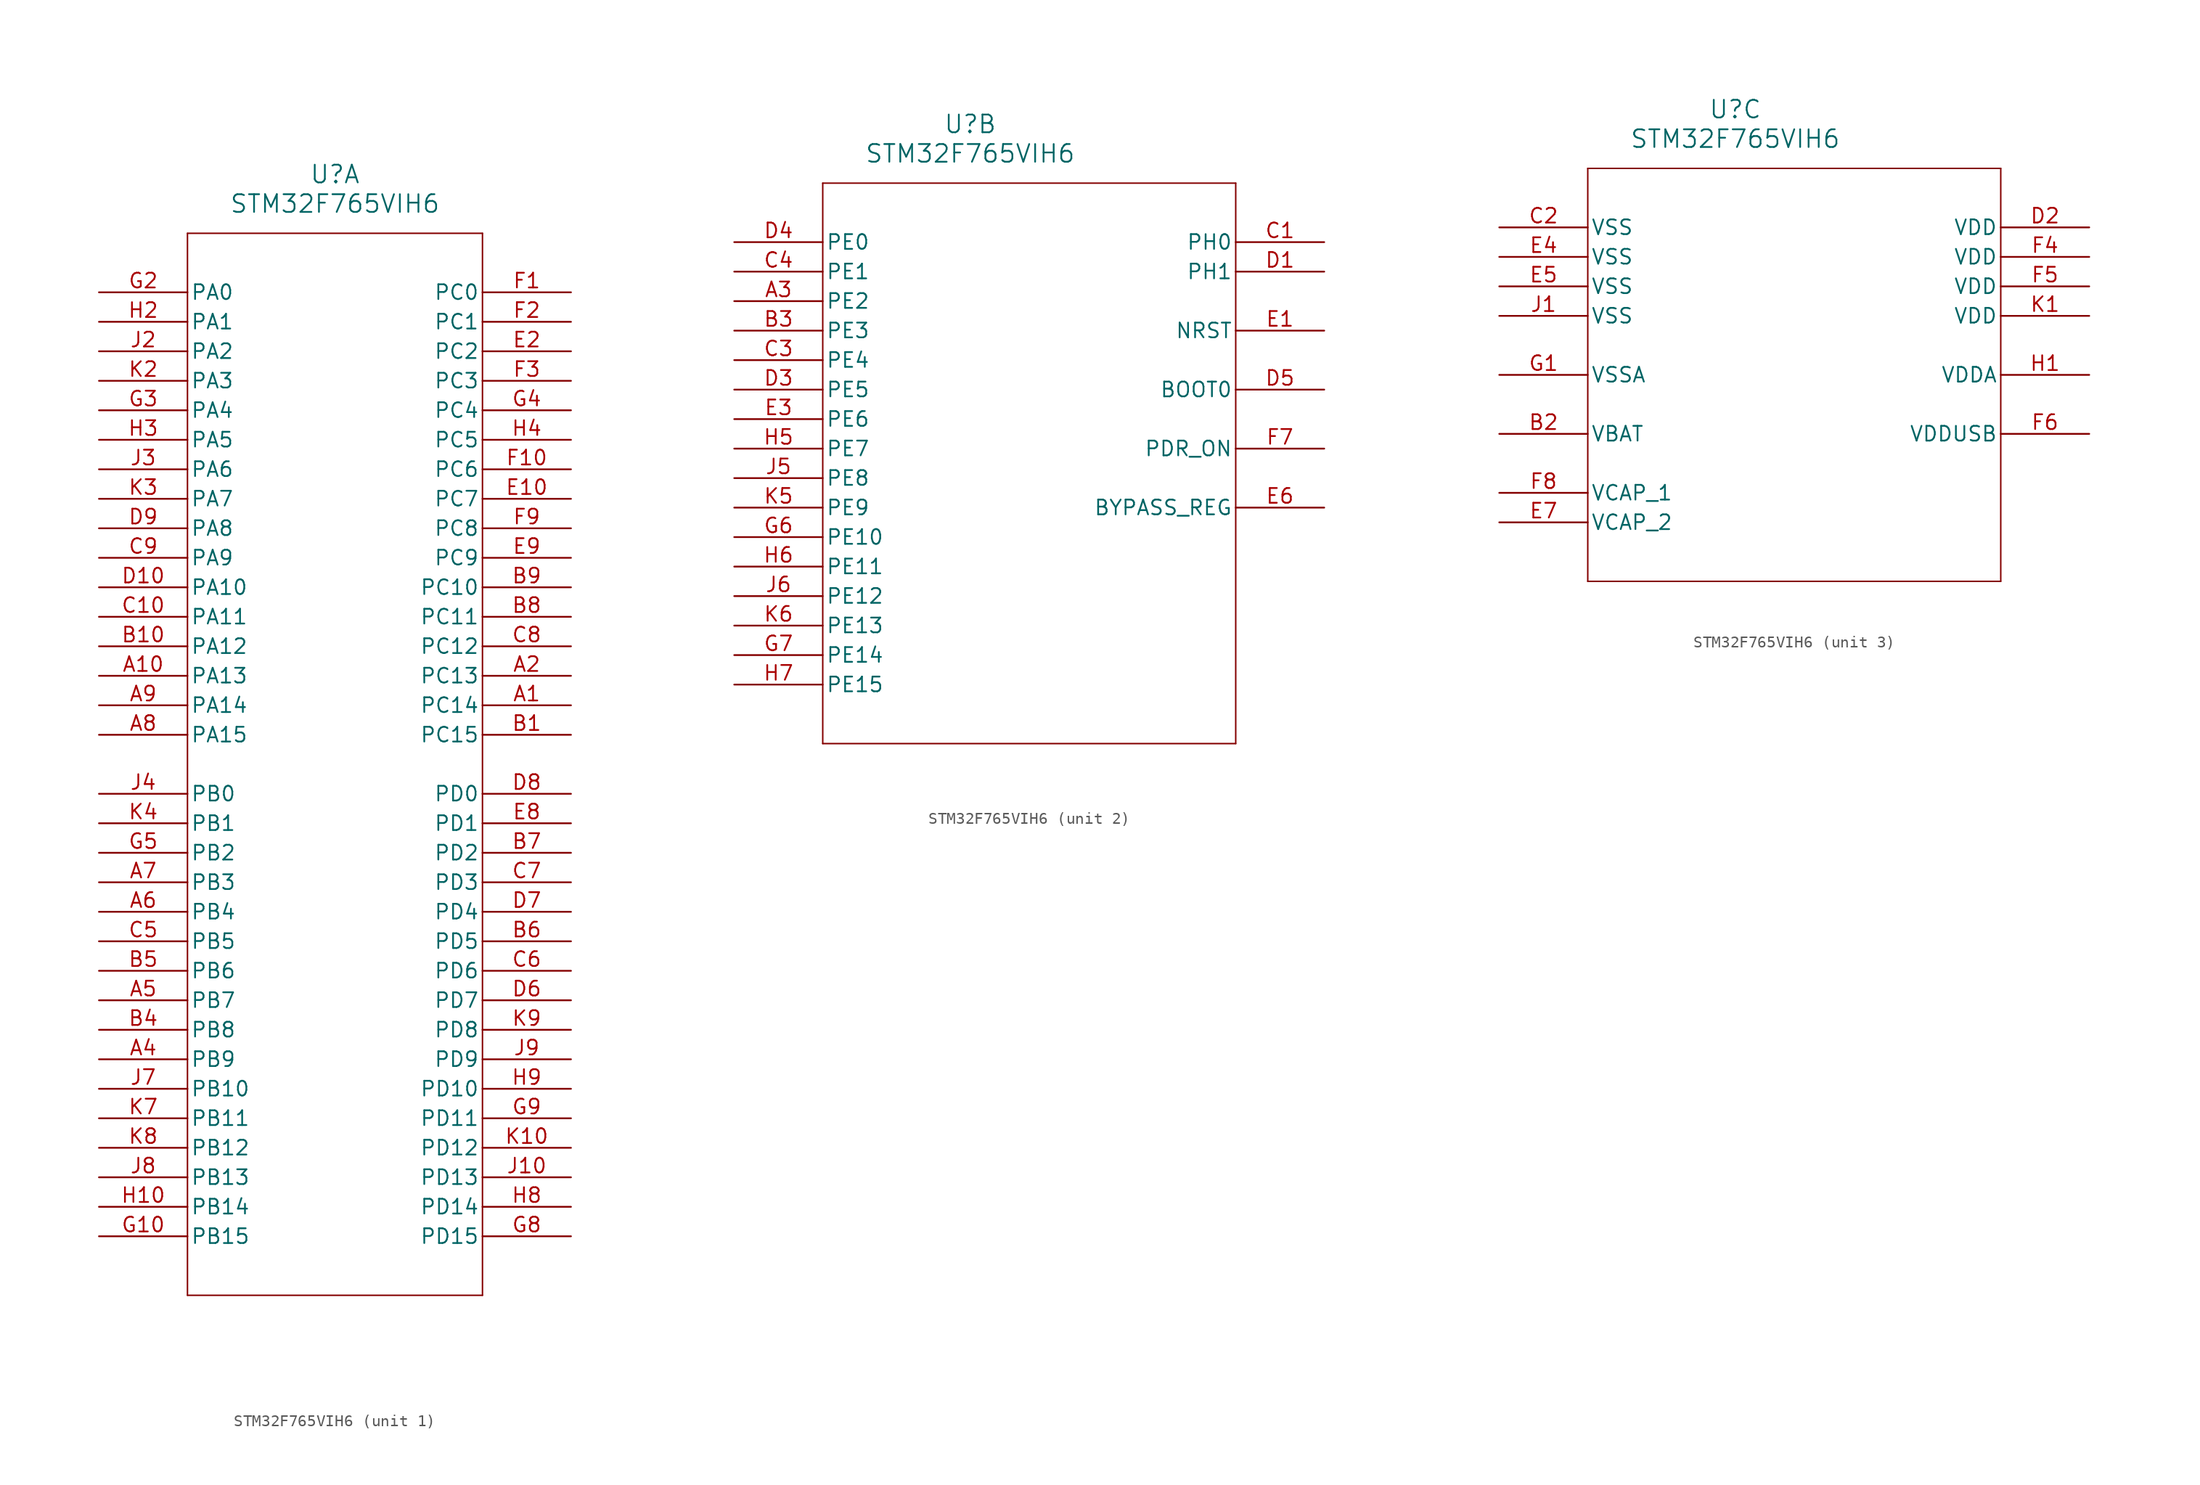
<source format=kicad_sym>
(kicad_symbol_lib
  (version 20211014)
  (generator kicad_symbol_editor)
  (symbol "STM32F765VIH6"
    (pin_names
      (offset 0.254))
    (property "Reference" "U"
      (at 20.32 10.16 0)
      (effects (font (size 1.524 1.524))))
    (property "Value" "STM32F765VIH6"
      (at 20.32 7.62 0)
      (effects (font (size 1.524 1.524))))
    (property "ki_locked" ""
      (at 0 0 0)
      (effects (font (size 1.27 1.27))))
    (symbol "STM32F765VIH6_1_1"
      (polyline (pts (xy 7.62 -86.36) (xy 33.02 -86.36)) (stroke (width 0.127) (type default) (color 0 0 0 0)) (fill (type none)))
      (polyline (pts (xy 7.62 5.08) (xy 7.62 -86.36)) (stroke (width 0.127) (type default) (color 0 0 0 0)) (fill (type none)))
      (polyline (pts (xy 33.02 -86.36) (xy 33.02 5.08)) (stroke (width 0.127) (type default) (color 0 0 0 0)) (fill (type none)))
      (polyline (pts (xy 33.02 5.08) (xy 7.62 5.08)) (stroke (width 0.127) (type default) (color 0 0 0 0)) (fill (type none)))
      (pin bidirectional line (at 40.64 -35.56 180) (length 7.62) (name "PC14" (effects (font (size 1.27 1.27)))) (number "A1" (effects (font (size 1.27 1.27)))))
      (pin bidirectional line (at 0 -33.02 0) (length 7.62) (name "PA13" (effects (font (size 1.27 1.27)))) (number "A10" (effects (font (size 1.27 1.27)))))
      (pin bidirectional line (at 40.64 -33.02 180) (length 7.62) (name "PC13" (effects (font (size 1.27 1.27)))) (number "A2" (effects (font (size 1.27 1.27)))))
      (pin bidirectional line (at 0 -66.04 0) (length 7.62) (name "PB9" (effects (font (size 1.27 1.27)))) (number "A4" (effects (font (size 1.27 1.27)))))
      (pin bidirectional line (at 0 -60.96 0) (length 7.62) (name "PB7" (effects (font (size 1.27 1.27)))) (number "A5" (effects (font (size 1.27 1.27)))))
      (pin bidirectional line (at 0 -53.34 0) (length 7.62) (name "PB4" (effects (font (size 1.27 1.27)))) (number "A6" (effects (font (size 1.27 1.27)))))
      (pin bidirectional line (at 0 -50.8 0) (length 7.62) (name "PB3" (effects (font (size 1.27 1.27)))) (number "A7" (effects (font (size 1.27 1.27)))))
      (pin bidirectional line (at 0 -38.1 0) (length 7.62) (name "PA15" (effects (font (size 1.27 1.27)))) (number "A8" (effects (font (size 1.27 1.27)))))
      (pin bidirectional line (at 0 -35.56 0) (length 7.62) (name "PA14" (effects (font (size 1.27 1.27)))) (number "A9" (effects (font (size 1.27 1.27)))))
      (pin bidirectional line (at 40.64 -38.1 180) (length 7.62) (name "PC15" (effects (font (size 1.27 1.27)))) (number "B1" (effects (font (size 1.27 1.27)))))
      (pin bidirectional line (at 0 -30.48 0) (length 7.62) (name "PA12" (effects (font (size 1.27 1.27)))) (number "B10" (effects (font (size 1.27 1.27)))))
      (pin bidirectional line (at 0 -63.5 0) (length 7.62) (name "PB8" (effects (font (size 1.27 1.27)))) (number "B4" (effects (font (size 1.27 1.27)))))
      (pin bidirectional line (at 0 -58.42 0) (length 7.62) (name "PB6" (effects (font (size 1.27 1.27)))) (number "B5" (effects (font (size 1.27 1.27)))))
      (pin bidirectional line (at 40.64 -55.88 180) (length 7.62) (name "PD5" (effects (font (size 1.27 1.27)))) (number "B6" (effects (font (size 1.27 1.27)))))
      (pin bidirectional line (at 40.64 -48.26 180) (length 7.62) (name "PD2" (effects (font (size 1.27 1.27)))) (number "B7" (effects (font (size 1.27 1.27)))))
      (pin bidirectional line (at 40.64 -27.94 180) (length 7.62) (name "PC11" (effects (font (size 1.27 1.27)))) (number "B8" (effects (font (size 1.27 1.27)))))
      (pin bidirectional line (at 40.64 -25.4 180) (length 7.62) (name "PC10" (effects (font (size 1.27 1.27)))) (number "B9" (effects (font (size 1.27 1.27)))))
      (pin bidirectional line (at 0 -27.94 0) (length 7.62) (name "PA11" (effects (font (size 1.27 1.27)))) (number "C10" (effects (font (size 1.27 1.27)))))
      (pin bidirectional line (at 0 -55.88 0) (length 7.62) (name "PB5" (effects (font (size 1.27 1.27)))) (number "C5" (effects (font (size 1.27 1.27)))))
      (pin bidirectional line (at 40.64 -58.42 180) (length 7.62) (name "PD6" (effects (font (size 1.27 1.27)))) (number "C6" (effects (font (size 1.27 1.27)))))
      (pin bidirectional line (at 40.64 -50.8 180) (length 7.62) (name "PD3" (effects (font (size 1.27 1.27)))) (number "C7" (effects (font (size 1.27 1.27)))))
      (pin bidirectional line (at 40.64 -30.48 180) (length 7.62) (name "PC12" (effects (font (size 1.27 1.27)))) (number "C8" (effects (font (size 1.27 1.27)))))
      (pin bidirectional line (at 0 -22.86 0) (length 7.62) (name "PA9" (effects (font (size 1.27 1.27)))) (number "C9" (effects (font (size 1.27 1.27)))))
      (pin bidirectional line (at 0 -25.4 0) (length 7.62) (name "PA10" (effects (font (size 1.27 1.27)))) (number "D10" (effects (font (size 1.27 1.27)))))
      (pin bidirectional line (at 40.64 -60.96 180) (length 7.62) (name "PD7" (effects (font (size 1.27 1.27)))) (number "D6" (effects (font (size 1.27 1.27)))))
      (pin bidirectional line (at 40.64 -53.34 180) (length 7.62) (name "PD4" (effects (font (size 1.27 1.27)))) (number "D7" (effects (font (size 1.27 1.27)))))
      (pin bidirectional line (at 40.64 -43.18 180) (length 7.62) (name "PD0" (effects (font (size 1.27 1.27)))) (number "D8" (effects (font (size 1.27 1.27)))))
      (pin bidirectional line (at 0 -20.32 0) (length 7.62) (name "PA8" (effects (font (size 1.27 1.27)))) (number "D9" (effects (font (size 1.27 1.27)))))
      (pin bidirectional line (at 40.64 -17.78 180) (length 7.62) (name "PC7" (effects (font (size 1.27 1.27)))) (number "E10" (effects (font (size 1.27 1.27)))))
      (pin bidirectional line (at 40.64 -5.08 180) (length 7.62) (name "PC2" (effects (font (size 1.27 1.27)))) (number "E2" (effects (font (size 1.27 1.27)))))
      (pin bidirectional line (at 40.64 -45.72 180) (length 7.62) (name "PD1" (effects (font (size 1.27 1.27)))) (number "E8" (effects (font (size 1.27 1.27)))))
      (pin bidirectional line (at 40.64 -22.86 180) (length 7.62) (name "PC9" (effects (font (size 1.27 1.27)))) (number "E9" (effects (font (size 1.27 1.27)))))
      (pin bidirectional line (at 40.64 0 180) (length 7.62) (name "PC0" (effects (font (size 1.27 1.27)))) (number "F1" (effects (font (size 1.27 1.27)))))
      (pin bidirectional line (at 40.64 -15.24 180) (length 7.62) (name "PC6" (effects (font (size 1.27 1.27)))) (number "F10" (effects (font (size 1.27 1.27)))))
      (pin bidirectional line (at 40.64 -2.54 180) (length 7.62) (name "PC1" (effects (font (size 1.27 1.27)))) (number "F2" (effects (font (size 1.27 1.27)))))
      (pin bidirectional line (at 40.64 -7.62 180) (length 7.62) (name "PC3" (effects (font (size 1.27 1.27)))) (number "F3" (effects (font (size 1.27 1.27)))))
      (pin bidirectional line (at 40.64 -20.32 180) (length 7.62) (name "PC8" (effects (font (size 1.27 1.27)))) (number "F9" (effects (font (size 1.27 1.27)))))
      (pin bidirectional line (at 0 -81.28 0) (length 7.62) (name "PB15" (effects (font (size 1.27 1.27)))) (number "G10" (effects (font (size 1.27 1.27)))))
      (pin bidirectional line (at 0 0 0) (length 7.62) (name "PA0" (effects (font (size 1.27 1.27)))) (number "G2" (effects (font (size 1.27 1.27)))))
      (pin bidirectional line (at 0 -10.16 0) (length 7.62) (name "PA4" (effects (font (size 1.27 1.27)))) (number "G3" (effects (font (size 1.27 1.27)))))
      (pin bidirectional line (at 40.64 -10.16 180) (length 7.62) (name "PC4" (effects (font (size 1.27 1.27)))) (number "G4" (effects (font (size 1.27 1.27)))))
      (pin bidirectional line (at 0 -48.26 0) (length 7.62) (name "PB2" (effects (font (size 1.27 1.27)))) (number "G5" (effects (font (size 1.27 1.27)))))
      (pin bidirectional line (at 40.64 -81.28 180) (length 7.62) (name "PD15" (effects (font (size 1.27 1.27)))) (number "G8" (effects (font (size 1.27 1.27)))))
      (pin bidirectional line (at 40.64 -71.12 180) (length 7.62) (name "PD11" (effects (font (size 1.27 1.27)))) (number "G9" (effects (font (size 1.27 1.27)))))
      (pin bidirectional line (at 0 -78.74 0) (length 7.62) (name "PB14" (effects (font (size 1.27 1.27)))) (number "H10" (effects (font (size 1.27 1.27)))))
      (pin bidirectional line (at 0 -2.54 0) (length 7.62) (name "PA1" (effects (font (size 1.27 1.27)))) (number "H2" (effects (font (size 1.27 1.27)))))
      (pin bidirectional line (at 0 -12.7 0) (length 7.62) (name "PA5" (effects (font (size 1.27 1.27)))) (number "H3" (effects (font (size 1.27 1.27)))))
      (pin bidirectional line (at 40.64 -12.7 180) (length 7.62) (name "PC5" (effects (font (size 1.27 1.27)))) (number "H4" (effects (font (size 1.27 1.27)))))
      (pin bidirectional line (at 40.64 -78.74 180) (length 7.62) (name "PD14" (effects (font (size 1.27 1.27)))) (number "H8" (effects (font (size 1.27 1.27)))))
      (pin bidirectional line (at 40.64 -68.58 180) (length 7.62) (name "PD10" (effects (font (size 1.27 1.27)))) (number "H9" (effects (font (size 1.27 1.27)))))
      (pin bidirectional line (at 40.64 -76.2 180) (length 7.62) (name "PD13" (effects (font (size 1.27 1.27)))) (number "J10" (effects (font (size 1.27 1.27)))))
      (pin bidirectional line (at 0 -5.08 0) (length 7.62) (name "PA2" (effects (font (size 1.27 1.27)))) (number "J2" (effects (font (size 1.27 1.27)))))
      (pin bidirectional line (at 0 -15.24 0) (length 7.62) (name "PA6" (effects (font (size 1.27 1.27)))) (number "J3" (effects (font (size 1.27 1.27)))))
      (pin bidirectional line (at 0 -43.18 0) (length 7.62) (name "PB0" (effects (font (size 1.27 1.27)))) (number "J4" (effects (font (size 1.27 1.27)))))
      (pin bidirectional line (at 0 -68.58 0) (length 7.62) (name "PB10" (effects (font (size 1.27 1.27)))) (number "J7" (effects (font (size 1.27 1.27)))))
      (pin bidirectional line (at 0 -76.2 0) (length 7.62) (name "PB13" (effects (font (size 1.27 1.27)))) (number "J8" (effects (font (size 1.27 1.27)))))
      (pin bidirectional line (at 40.64 -66.04 180) (length 7.62) (name "PD9" (effects (font (size 1.27 1.27)))) (number "J9" (effects (font (size 1.27 1.27)))))
      (pin bidirectional line (at 40.64 -73.66 180) (length 7.62) (name "PD12" (effects (font (size 1.27 1.27)))) (number "K10" (effects (font (size 1.27 1.27)))))
      (pin bidirectional line (at 0 -7.62 0) (length 7.62) (name "PA3" (effects (font (size 1.27 1.27)))) (number "K2" (effects (font (size 1.27 1.27)))))
      (pin bidirectional line (at 0 -17.78 0) (length 7.62) (name "PA7" (effects (font (size 1.27 1.27)))) (number "K3" (effects (font (size 1.27 1.27)))))
      (pin bidirectional line (at 0 -45.72 0) (length 7.62) (name "PB1" (effects (font (size 1.27 1.27)))) (number "K4" (effects (font (size 1.27 1.27)))))
      (pin bidirectional line (at 0 -71.12 0) (length 7.62) (name "PB11" (effects (font (size 1.27 1.27)))) (number "K7" (effects (font (size 1.27 1.27)))))
      (pin bidirectional line (at 0 -73.66 0) (length 7.62) (name "PB12" (effects (font (size 1.27 1.27)))) (number "K8" (effects (font (size 1.27 1.27)))))
      (pin bidirectional line (at 40.64 -63.5 180) (length 7.62) (name "PD8" (effects (font (size 1.27 1.27)))) (number "K9" (effects (font (size 1.27 1.27))))))
    (symbol "STM32F765VIH6_2_1"
      (polyline (pts (xy 7.62 -43.18) (xy 43.18 -43.18)) (stroke (width 0.127) (type default) (color 0 0 0 0)) (fill (type none)))
      (polyline (pts (xy 7.62 5.08) (xy 7.62 -43.18)) (stroke (width 0.127) (type default) (color 0 0 0 0)) (fill (type none)))
      (polyline (pts (xy 43.18 -43.18) (xy 43.18 5.08)) (stroke (width 0.127) (type default) (color 0 0 0 0)) (fill (type none)))
      (polyline (pts (xy 43.18 5.08) (xy 7.62 5.08)) (stroke (width 0.127) (type default) (color 0 0 0 0)) (fill (type none)))
      (pin bidirectional line (at 0 -5.08 0) (length 7.62) (name "PE2" (effects (font (size 1.27 1.27)))) (number "A3" (effects (font (size 1.27 1.27)))))
      (pin bidirectional line (at 0 -7.62 0) (length 7.62) (name "PE3" (effects (font (size 1.27 1.27)))) (number "B3" (effects (font (size 1.27 1.27)))))
      (pin bidirectional line (at 50.8 0 180) (length 7.62) (name "PH0" (effects (font (size 1.27 1.27)))) (number "C1" (effects (font (size 1.27 1.27)))))
      (pin bidirectional line (at 0 -10.16 0) (length 7.62) (name "PE4" (effects (font (size 1.27 1.27)))) (number "C3" (effects (font (size 1.27 1.27)))))
      (pin bidirectional line (at 0 -2.54 0) (length 7.62) (name "PE1" (effects (font (size 1.27 1.27)))) (number "C4" (effects (font (size 1.27 1.27)))))
      (pin bidirectional line (at 50.8 -2.54 180) (length 7.62) (name "PH1" (effects (font (size 1.27 1.27)))) (number "D1" (effects (font (size 1.27 1.27)))))
      (pin bidirectional line (at 0 -12.7 0) (length 7.62) (name "PE5" (effects (font (size 1.27 1.27)))) (number "D3" (effects (font (size 1.27 1.27)))))
      (pin bidirectional line (at 0 0 0) (length 7.62) (name "PE0" (effects (font (size 1.27 1.27)))) (number "D4" (effects (font (size 1.27 1.27)))))
      (pin input line (at 50.8 -12.7 180) (length 7.62) (name "BOOT0" (effects (font (size 1.27 1.27)))) (number "D5" (effects (font (size 1.27 1.27)))))
      (pin bidirectional line (at 50.8 -7.62 180) (length 7.62) (name "NRST" (effects (font (size 1.27 1.27)))) (number "E1" (effects (font (size 1.27 1.27)))))
      (pin bidirectional line (at 0 -15.24 0) (length 7.62) (name "PE6" (effects (font (size 1.27 1.27)))) (number "E3" (effects (font (size 1.27 1.27)))))
      (pin bidirectional line (at 50.8 -22.86 180) (length 7.62) (name "BYPASS_REG" (effects (font (size 1.27 1.27)))) (number "E6" (effects (font (size 1.27 1.27)))))
      (pin bidirectional line (at 50.8 -17.78 180) (length 7.62) (name "PDR_ON" (effects (font (size 1.27 1.27)))) (number "F7" (effects (font (size 1.27 1.27)))))
      (pin bidirectional line (at 0 -25.4 0) (length 7.62) (name "PE10" (effects (font (size 1.27 1.27)))) (number "G6" (effects (font (size 1.27 1.27)))))
      (pin bidirectional line (at 0 -35.56 0) (length 7.62) (name "PE14" (effects (font (size 1.27 1.27)))) (number "G7" (effects (font (size 1.27 1.27)))))
      (pin bidirectional line (at 0 -17.78 0) (length 7.62) (name "PE7" (effects (font (size 1.27 1.27)))) (number "H5" (effects (font (size 1.27 1.27)))))
      (pin bidirectional line (at 0 -27.94 0) (length 7.62) (name "PE11" (effects (font (size 1.27 1.27)))) (number "H6" (effects (font (size 1.27 1.27)))))
      (pin bidirectional line (at 0 -38.1 0) (length 7.62) (name "PE15" (effects (font (size 1.27 1.27)))) (number "H7" (effects (font (size 1.27 1.27)))))
      (pin bidirectional line (at 0 -20.32 0) (length 7.62) (name "PE8" (effects (font (size 1.27 1.27)))) (number "J5" (effects (font (size 1.27 1.27)))))
      (pin bidirectional line (at 0 -30.48 0) (length 7.62) (name "PE12" (effects (font (size 1.27 1.27)))) (number "J6" (effects (font (size 1.27 1.27)))))
      (pin bidirectional line (at 0 -22.86 0) (length 7.62) (name "PE9" (effects (font (size 1.27 1.27)))) (number "K5" (effects (font (size 1.27 1.27)))))
      (pin bidirectional line (at 0 -33.02 0) (length 7.62) (name "PE13" (effects (font (size 1.27 1.27)))) (number "K6" (effects (font (size 1.27 1.27))))))
    (symbol "STM32F765VIH6_3_1"
      (polyline (pts (xy 7.62 -30.48) (xy 43.18 -30.48)) (stroke (width 0.127) (type default) (color 0 0 0 0)) (fill (type none)))
      (polyline (pts (xy 7.62 5.08) (xy 7.62 -30.48)) (stroke (width 0.127) (type default) (color 0 0 0 0)) (fill (type none)))
      (polyline (pts (xy 43.18 -30.48) (xy 43.18 5.08)) (stroke (width 0.127) (type default) (color 0 0 0 0)) (fill (type none)))
      (polyline (pts (xy 43.18 5.08) (xy 7.62 5.08)) (stroke (width 0.127) (type default) (color 0 0 0 0)) (fill (type none)))
      (pin power_in line (at 0 -17.78 0) (length 7.62) (name "VBAT" (effects (font (size 1.27 1.27)))) (number "B2" (effects (font (size 1.27 1.27)))))
      (pin power_in line (at 0 0 0) (length 7.62) (name "VSS" (effects (font (size 1.27 1.27)))) (number "C2" (effects (font (size 1.27 1.27)))))
      (pin power_in line (at 50.8 0 180) (length 7.62) (name "VDD" (effects (font (size 1.27 1.27)))) (number "D2" (effects (font (size 1.27 1.27)))))
      (pin power_in line (at 0 -2.54 0) (length 7.62) (name "VSS" (effects (font (size 1.27 1.27)))) (number "E4" (effects (font (size 1.27 1.27)))))
      (pin power_in line (at 0 -5.08 0) (length 7.62) (name "VSS" (effects (font (size 1.27 1.27)))) (number "E5" (effects (font (size 1.27 1.27)))))
      (pin power_in line (at 0 -25.4 0) (length 7.62) (name "VCAP_2" (effects (font (size 1.27 1.27)))) (number "E7" (effects (font (size 1.27 1.27)))))
      (pin power_in line (at 50.8 -2.54 180) (length 7.62) (name "VDD" (effects (font (size 1.27 1.27)))) (number "F4" (effects (font (size 1.27 1.27)))))
      (pin power_in line (at 50.8 -5.08 180) (length 7.62) (name "VDD" (effects (font (size 1.27 1.27)))) (number "F5" (effects (font (size 1.27 1.27)))))
      (pin power_in line (at 50.8 -17.78 180) (length 7.62) (name "VDDUSB" (effects (font (size 1.27 1.27)))) (number "F6" (effects (font (size 1.27 1.27)))))
      (pin power_in line (at 0 -22.86 0) (length 7.62) (name "VCAP_1" (effects (font (size 1.27 1.27)))) (number "F8" (effects (font (size 1.27 1.27)))))
      (pin power_in line (at 0 -12.7 0) (length 7.62) (name "VSSA" (effects (font (size 1.27 1.27)))) (number "G1" (effects (font (size 1.27 1.27)))))
      (pin power_in line (at 50.8 -12.7 180) (length 7.62) (name "VDDA" (effects (font (size 1.27 1.27)))) (number "H1" (effects (font (size 1.27 1.27)))))
      (pin power_in line (at 0 -7.62 0) (length 7.62) (name "VSS" (effects (font (size 1.27 1.27)))) (number "J1" (effects (font (size 1.27 1.27)))))
      (pin power_in line (at 50.8 -7.62 180) (length 7.62) (name "VDD" (effects (font (size 1.27 1.27)))) (number "K1" (effects (font (size 1.27 1.27))))))))
</source>
